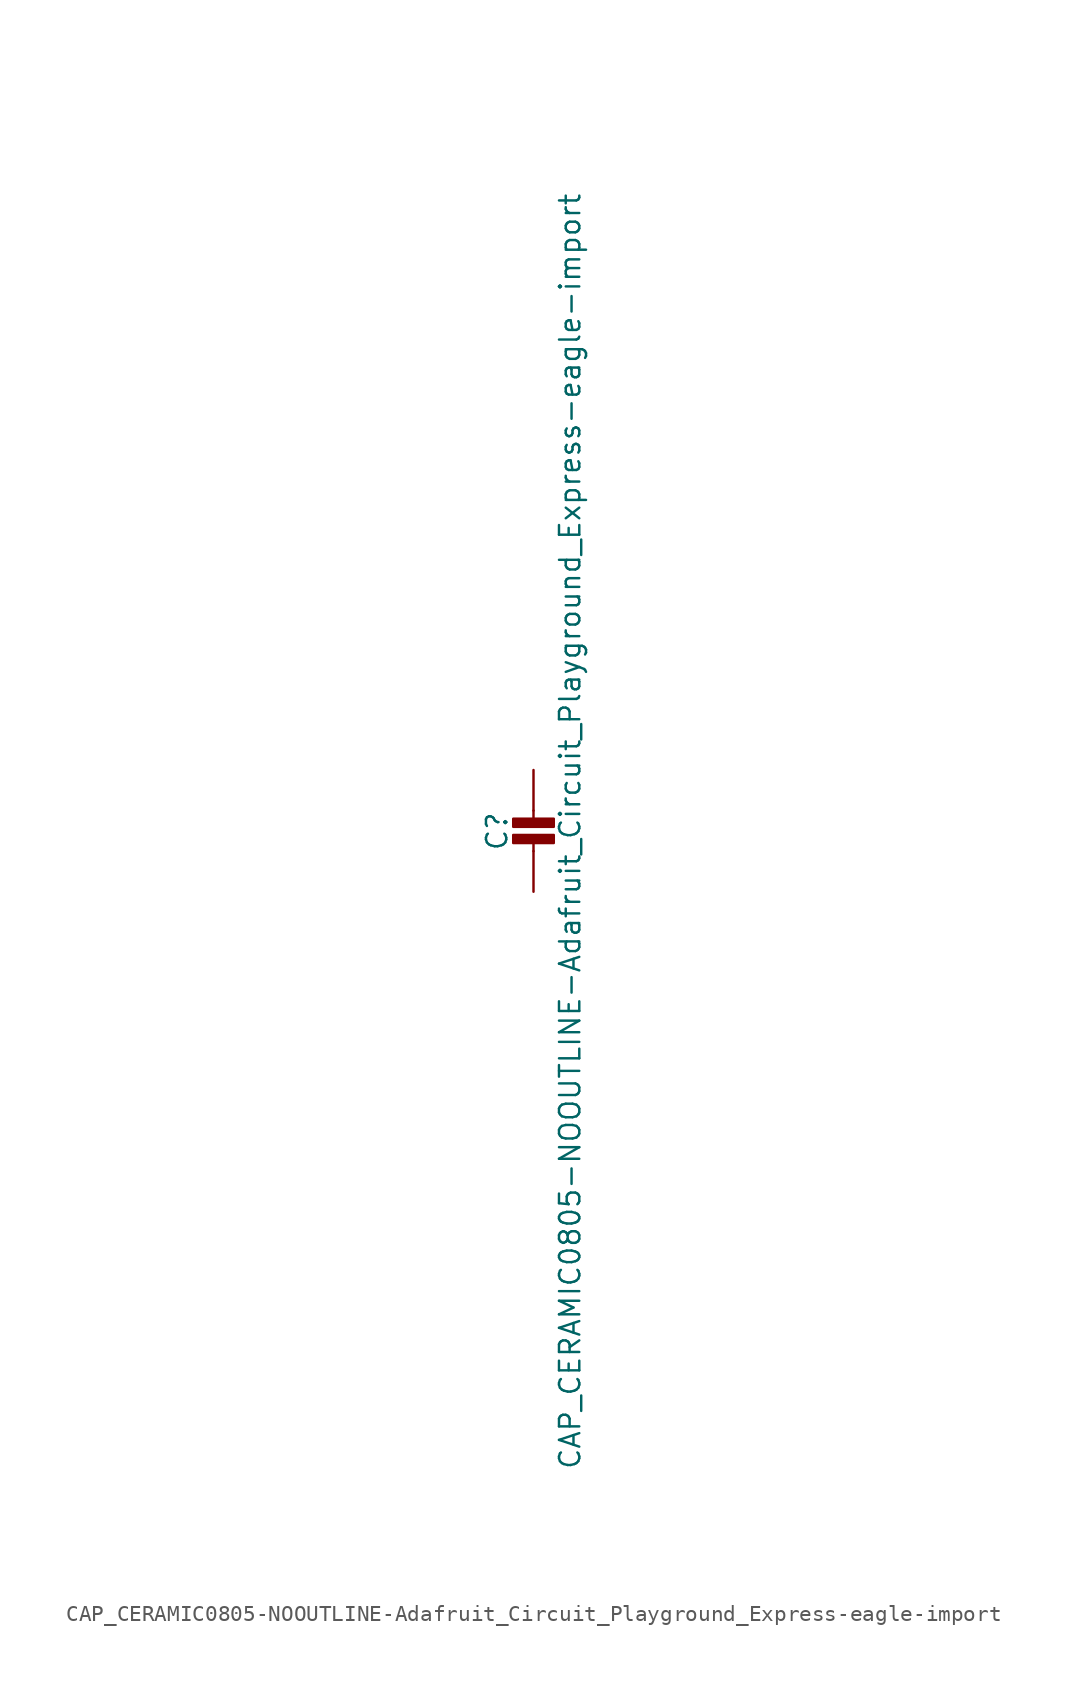
<source format=kicad_sym>
(kicad_symbol_lib
  (version 20220914)
  (generator kicad_symbol_editor)
  (symbol "CAP_CERAMIC0805-NOOUTLINE-Adafruit_Circuit_Playground_Express-eagle-import"
    (pin_names
      (offset 1.016))
    (property "Reference" "C"
      (at -2.286 1.245 90)
      (effects (font (size 1.27 1.27))))
    (property "Value" "CAP_CERAMIC0805-NOOUTLINE-Adafruit_Circuit_Playground_Express-eagle-import"
      (at 2.286 1.245 90)
      (effects (font (size 1.27 1.27))))
    (property "ki_locked" ""
      (at 0 0 0)
      (effects (font (size 1.27 1.27))))
    (symbol "CAP_CERAMIC0805-NOOUTLINE-Adafruit_Circuit_Playground_Express-eagle-import_1_0"
      (rectangle (start -1.27 0.508) (end 1.27 1.016) (stroke (width 0) (type solid)) (fill (type outline)))
      (rectangle (start -1.27 1.524) (end 1.27 2.032) (stroke (width 0) (type solid)) (fill (type outline)))
      (polyline (pts (xy 0 0.762) (xy 0 0)) (stroke (width 0) (type solid)) (fill (type none)))
      (polyline (pts (xy 0 2.54) (xy 0 1.778)) (stroke (width 0) (type solid)) (fill (type none)))
      (pin passive line (at 0 5.08 270) (length 2.54) (name "1" (effects (font (size 0 0)))) (number "1" (effects (font (size 0 0)))))
      (pin passive line (at 0 -2.54 90) (length 2.54) (name "2" (effects (font (size 0 0)))) (number "2" (effects (font (size 0 0))))))))
</source>
